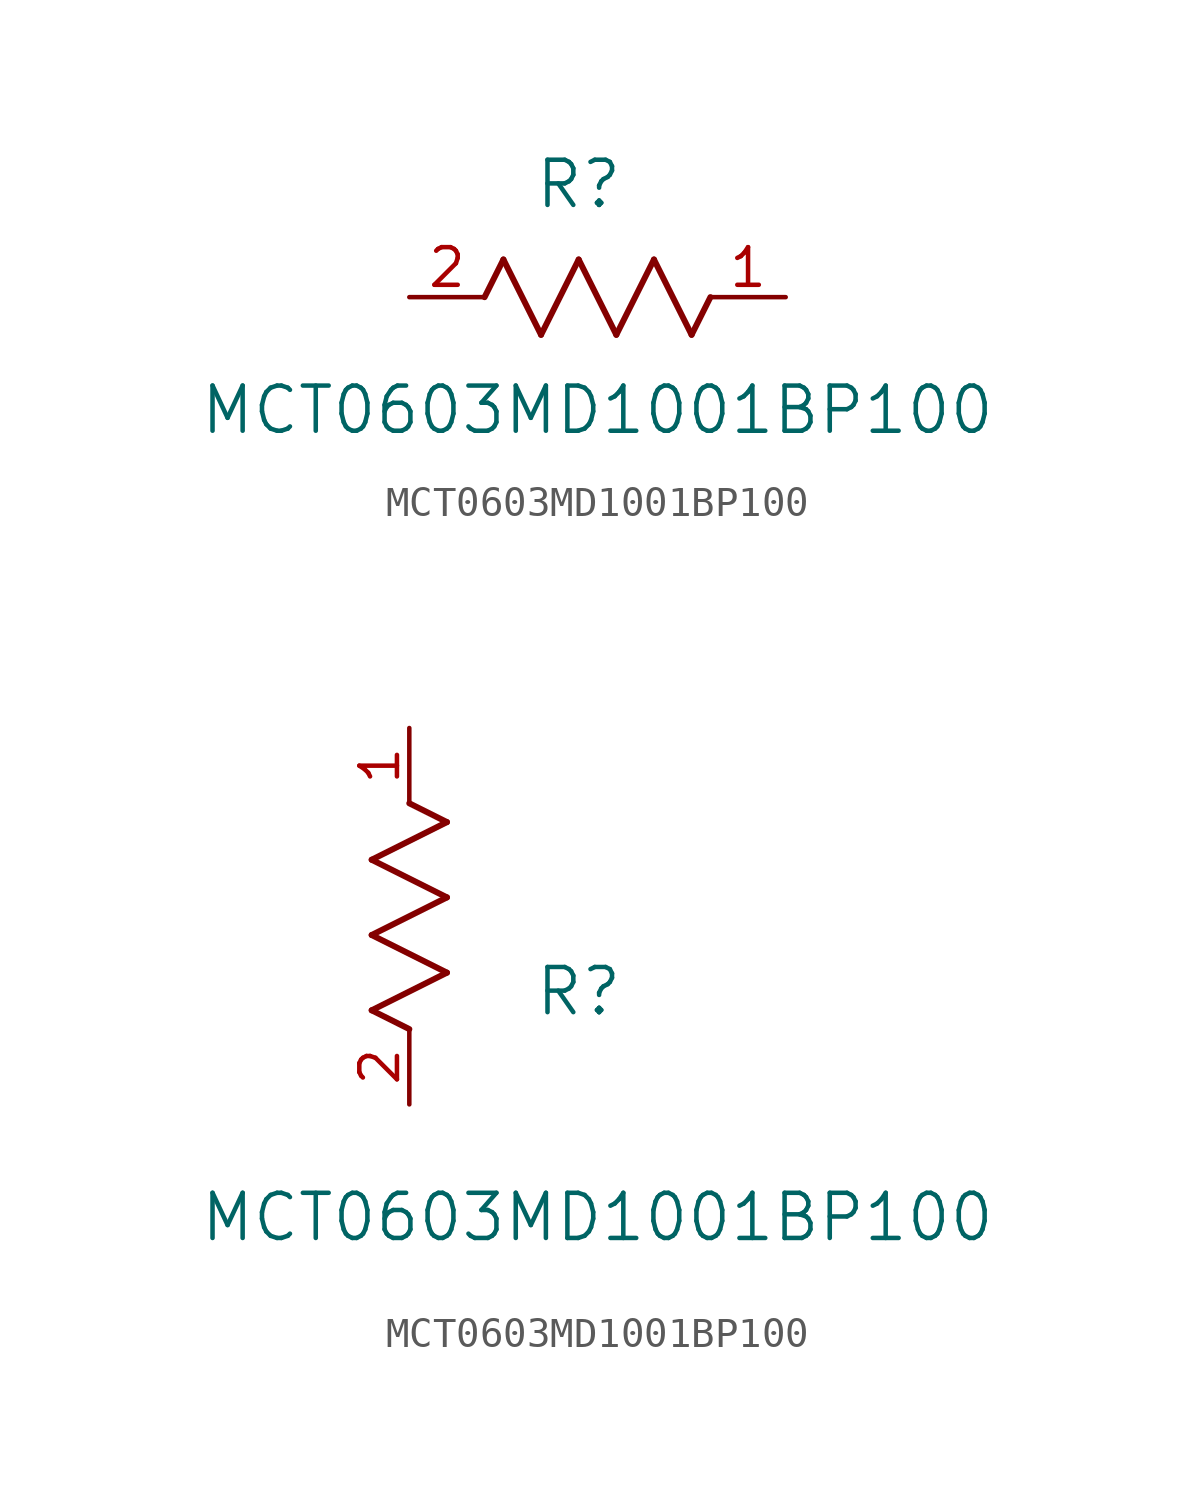
<source format=kicad_sym>
(kicad_symbol_lib
  (version 20211014)
  (generator kicad_symbol_editor)
  (symbol "MCT0603MD1001BP100"
    (pin_names
      (offset 0.254))
    (property "Reference" "R"
      (at 5.715 3.81 0)
      (effects (font (size 1.524 1.524))))
    (property "Value" "MCT0603MD1001BP100"
      (at 6.35 -3.81 0)
      (effects (font (size 1.524 1.524))))
    (symbol "MCT0603MD1001BP100_1_1"
      (polyline (pts (xy 3.175 1.27) (xy 4.445 -1.27)) (stroke (width 0.203) (type default) (color 0 0 0 0)) (fill (type none)))
      (polyline (pts (xy 4.445 -1.27) (xy 5.715 1.27)) (stroke (width 0.203) (type default) (color 0 0 0 0)) (fill (type none)))
      (polyline (pts (xy 5.715 1.27) (xy 6.985 -1.27)) (stroke (width 0.203) (type default) (color 0 0 0 0)) (fill (type none)))
      (polyline (pts (xy 6.985 -1.27) (xy 8.255 1.27)) (stroke (width 0.203) (type default) (color 0 0 0 0)) (fill (type none)))
      (polyline (pts (xy 8.255 1.27) (xy 9.525 -1.27)) (stroke (width 0.203) (type default) (color 0 0 0 0)) (fill (type none)))
      (polyline (pts (xy 2.54 0) (xy 3.175 1.27)) (stroke (width 0.203) (type default) (color 0 0 0 0)) (fill (type none)))
      (polyline (pts (xy 9.525 -1.27) (xy 10.16 0)) (stroke (width 0.203) (type default) (color 0 0 0 0)) (fill (type none)))
      (pin unspecified line (at 0 0 0) (length 2.54) (name "" (effects (font (size 1.27 1.27)))) (number "2" (effects (font (size 1.27 1.27)))))
      (pin unspecified line (at 12.7 0 180) (length 2.54) (name "" (effects (font (size 1.27 1.27)))) (number "1" (effects (font (size 1.27 1.27))))))
    (symbol "MCT0603MD1001BP100_1_2"
      (polyline (pts (xy 0 2.54) (xy -1.27 3.175)) (stroke (width 0.203) (type default) (color 0 0 0 0)) (fill (type none)))
      (polyline (pts (xy -1.27 3.175) (xy 1.27 4.445)) (stroke (width 0.203) (type default) (color 0 0 0 0)) (fill (type none)))
      (polyline (pts (xy 1.27 4.445) (xy -1.27 5.715)) (stroke (width 0.203) (type default) (color 0 0 0 0)) (fill (type none)))
      (polyline (pts (xy -1.27 5.715) (xy 1.27 6.985)) (stroke (width 0.203) (type default) (color 0 0 0 0)) (fill (type none)))
      (polyline (pts (xy -1.27 8.255) (xy 1.27 9.525)) (stroke (width 0.203) (type default) (color 0 0 0 0)) (fill (type none)))
      (polyline (pts (xy 1.27 9.525) (xy 0 10.16)) (stroke (width 0.203) (type default) (color 0 0 0 0)) (fill (type none)))
      (polyline (pts (xy 1.27 6.985) (xy -1.27 8.255)) (stroke (width 0.203) (type default) (color 0 0 0 0)) (fill (type none)))
      (pin unspecified line (at 0 0 90) (length 2.54) (name "" (effects (font (size 1.27 1.27)))) (number "2" (effects (font (size 1.27 1.27)))))
      (pin unspecified line (at 0 12.7 270) (length 2.54) (name "" (effects (font (size 1.27 1.27)))) (number "1" (effects (font (size 1.27 1.27))))))))
</source>
